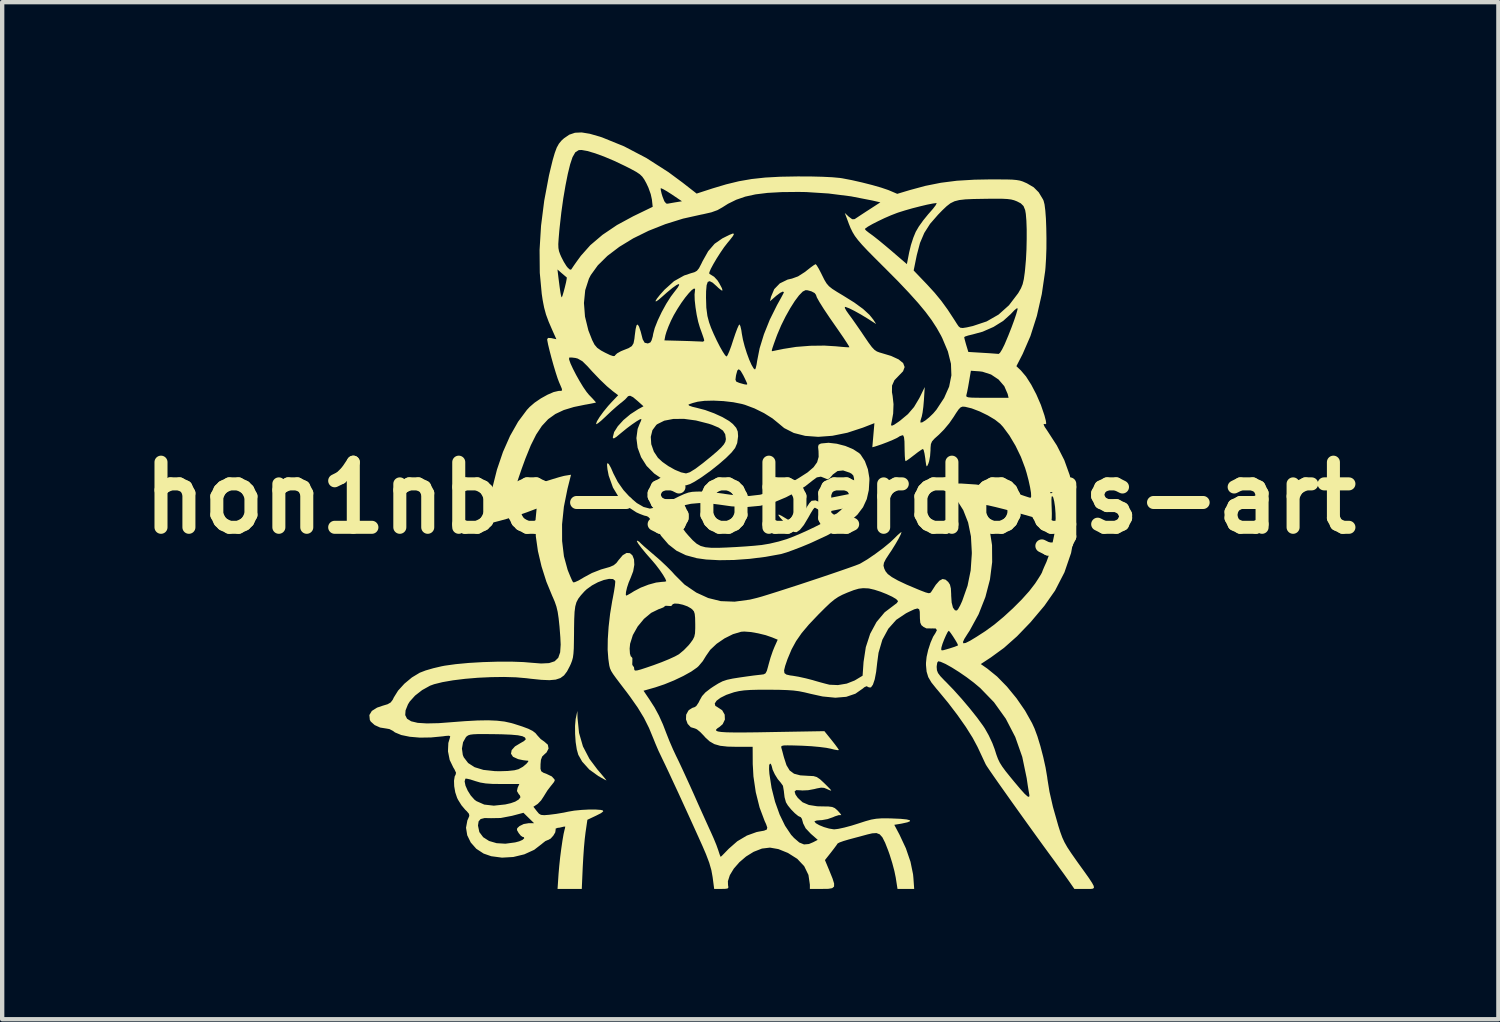
<source format=kicad_pcb>
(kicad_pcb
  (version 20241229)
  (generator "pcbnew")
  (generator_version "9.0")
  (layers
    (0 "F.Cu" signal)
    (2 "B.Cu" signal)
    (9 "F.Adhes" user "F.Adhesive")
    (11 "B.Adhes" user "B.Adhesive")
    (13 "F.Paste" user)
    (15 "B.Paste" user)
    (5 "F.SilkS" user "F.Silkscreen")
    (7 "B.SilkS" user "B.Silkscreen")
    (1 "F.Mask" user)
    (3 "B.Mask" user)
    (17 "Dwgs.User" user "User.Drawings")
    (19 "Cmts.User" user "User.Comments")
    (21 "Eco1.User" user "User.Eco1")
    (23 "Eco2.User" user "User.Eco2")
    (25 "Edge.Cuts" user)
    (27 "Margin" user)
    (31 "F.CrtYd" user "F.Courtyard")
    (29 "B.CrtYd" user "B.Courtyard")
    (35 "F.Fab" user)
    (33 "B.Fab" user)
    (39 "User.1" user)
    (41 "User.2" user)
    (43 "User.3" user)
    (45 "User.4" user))
  (footprint "hon1nbo-soberdogs-art"
    (layer "F.Cu")
    (at 14.229 8.415)
    (property "Reference" "hon1nbo-soberdogs-art" (at 0 0 0) (layer "F.SilkS") (effects (font (size 1.5 1.5) (thickness 0.3))))
    (attr board_only exclude_from_pos_files exclude_from_bom)
    (fp_poly (pts (xy -3.979 5.068) (xy -3.944 5.414) (xy -3.854 5.725) (xy -3.703 6.014) (xy -3.521 6.256) (xy -3.429 6.364) (xy -3.358 6.449) (xy -3.319 6.499) (xy -3.314 6.508) (xy -3.348 6.492) (xy -3.424 6.45) (xy -3.503 6.405) (xy -3.709 6.256) (xy -3.872 6.075) (xy -3.961 5.918) (xy -3.996 5.794) (xy -4.022 5.625) (xy -4.035 5.435) (xy -4.036 5.25) (xy -4.022 5.093) (xy -4.016 5.066) (xy -3.983 4.908)) (stroke (width 0) (type solid)) (fill yes) (layer "F.SilkS"))
    (fp_poly (pts (xy 1.992 -1.246) (xy 2.189 -1.195) (xy 2.368 -1.12) (xy 2.508 -1.029) (xy 2.54 -0.997) (xy 2.638 -0.847) (xy 2.708 -0.658) (xy 2.742 -0.456) (xy 2.743 -0.411) (xy 2.729 -0.178) (xy 2.682 0.029) (xy 2.596 0.216) (xy 2.466 0.388) (xy 2.288 0.55) (xy 2.057 0.707) (xy 1.767 0.866) (xy 1.413 1.03) (xy 1.366 1.051) (xy 1.18 1.128) (xy 0.998 1.198) (xy 0.84 1.255) (xy 0.723 1.29) (xy 0.704 1.295) (xy 0.35 1.359) (xy -0.016 1.405) (xy -0.376 1.431) (xy -0.716 1.436) (xy -1.018 1.42) (xy -1.233 1.39) (xy -1.485 1.321) (xy -1.699 1.218) (xy -1.884 1.073) (xy -2.054 0.876) (xy -2.218 0.618) (xy -2.224 0.607) (xy -2.288 0.508) (xy -2.348 0.441) (xy -2.383 0.422) (xy -2.444 0.408) (xy -2.542 0.371) (xy -2.609 0.341) (xy -1.724 0.341) (xy -1.696 0.465) (xy -1.616 0.62) (xy -1.49 0.794) (xy -1.429 0.865) (xy -1.327 0.976) (xy -1.236 1.056) (xy -1.143 1.108) (xy -1.034 1.138) (xy -0.893 1.151) (xy -0.706 1.15) (xy -0.545 1.144) (xy -0.332 1.133) (xy -0.111 1.119) (xy 0.092 1.103) (xy 0.251 1.087) (xy 0.256 1.087) (xy 0.446 1.055) (xy 0.657 1.005) (xy 0.844 0.949) (xy 0.854 0.945) (xy 0.998 0.89) (xy 1.159 0.822) (xy 1.325 0.747) (xy 1.484 0.671) (xy 1.621 0.602) (xy 1.726 0.544) (xy 1.786 0.504) (xy 1.794 0.492) (xy 1.77 0.45) (xy 1.708 0.387) (xy 1.629 0.319) (xy 1.551 0.261) (xy 1.493 0.229) (xy 1.478 0.229) (xy 1.445 0.268) (xy 1.393 0.352) (xy 1.335 0.455) (xy 1.233 0.626) (xy 1.141 0.739) (xy 1.062 0.791) (xy 1.01 0.786) (xy 0.963 0.747) (xy 0.885 0.67) (xy 0.79 0.571) (xy 0.77 0.548) (xy 0.684 0.451) (xy 0.646 0.397) (xy 0.656 0.384) (xy 0.718 0.413) (xy 0.835 0.483) (xy 0.892 0.518) (xy 0.984 0.566) (xy 1.057 0.586) (xy 1.077 0.584) (xy 1.115 0.545) (xy 1.171 0.459) (xy 1.232 0.344) (xy 1.237 0.334) (xy 1.3 0.214) (xy 1.362 0.12) (xy 1.41 0.069) (xy 1.412 0.068) (xy 1.502 0.058) (xy 1.613 0.106) (xy 1.737 0.208) (xy 1.788 0.262) (xy 1.86 0.336) (xy 1.916 0.381) (xy 1.933 0.387) (xy 1.991 0.361) (xy 2.075 0.292) (xy 2.168 0.197) (xy 2.254 0.091) (xy 2.302 0.019) (xy 2.366 -0.123) (xy 2.391 -0.275) (xy 2.392 -0.331) (xy 2.389 -0.445) (xy 2.373 -0.512) (xy 2.335 -0.553) (xy 2.288 -0.58) (xy 2.137 -0.631) (xy 2.009 -0.617) (xy 1.9 -0.537) (xy 1.886 -0.519) (xy 1.824 -0.448) (xy 1.779 -0.427) (xy 1.73 -0.446) (xy 1.725 -0.449) (xy 1.626 -0.488) (xy 1.532 -0.471) (xy 1.426 -0.393) (xy 1.264 -0.265) (xy 1.055 -0.134) (xy 0.822 -0.013) (xy 0.587 0.086) (xy 0.525 0.108) (xy 0.229 0.183) (xy -0.085 0.212) (xy -0.43 0.196) (xy -0.721 0.155) (xy -0.953 0.126) (xy -1.172 0.12) (xy -1.367 0.137) (xy -1.53 0.173) (xy -1.649 0.227) (xy -1.714 0.298) (xy -1.724 0.341) (xy -2.609 0.341) (xy -2.622 0.335) (xy -2.836 0.196) (xy -3.019 0.002) (xy -3.163 -0.237) (xy -3.261 -0.511) (xy -3.29 -0.66) (xy -3.3 -0.763) (xy -3.288 -0.802) (xy -3.257 -0.776) (xy -3.208 -0.688) (xy -3.153 -0.561) (xy -3.052 -0.365) (xy -2.921 -0.179) (xy -2.771 -0.014) (xy -2.613 0.12) (xy -2.458 0.21) (xy -2.317 0.247) (xy -2.306 0.247) (xy -2.228 0.231) (xy -2.103 0.186) (xy -1.945 0.117) (xy -1.812 0.052) (xy -1.646 -0.031) (xy -1.524 -0.087) (xy -1.428 -0.121) (xy -1.341 -0.138) (xy -1.243 -0.144) (xy -1.161 -0.145) (xy -0.995 -0.138) (xy -0.799 -0.12) (xy -0.611 -0.095) (xy -0.585 -0.09) (xy -0.29 -0.05) (xy -0.025 -0.043) (xy 0.225 -0.072) (xy 0.476 -0.141) (xy 0.741 -0.252) (xy 1.037 -0.409) (xy 1.121 -0.459) (xy 1.319 -0.586) (xy 1.456 -0.704) (xy 1.539 -0.82) (xy 1.574 -0.944) (xy 1.571 -1.076) (xy 1.561 -1.173) (xy 1.573 -1.222) (xy 1.614 -1.246) (xy 1.64 -1.253) (xy 1.802 -1.268)) (stroke (width 0) (type solid)) (fill yes) (layer "F.SilkS"))
    (fp_poly (pts (xy -3.695 -8.384) (xy -3.462 -8.317) (xy -3.411 -8.3) (xy -2.907 -8.095) (xy -2.395 -7.827) (xy -1.886 -7.501) (xy -1.559 -7.259) (xy -1.236 -7.007) (xy -0.863 -7.128) (xy -0.555 -7.22) (xy -0.263 -7.291) (xy 0.03 -7.342) (xy 0.342 -7.376) (xy 0.69 -7.395) (xy 1.09 -7.402) (xy 1.091 -7.402) (xy 1.396 -7.401) (xy 1.667 -7.394) (xy 1.892 -7.383) (xy 2.062 -7.367) (xy 2.111 -7.36) (xy 2.336 -7.317) (xy 2.574 -7.263) (xy 2.806 -7.204) (xy 3.012 -7.145) (xy 3.174 -7.09) (xy 3.213 -7.074) (xy 3.384 -7.001) (xy 3.671 -7.087) (xy 4.033 -7.185) (xy 4.389 -7.256) (xy 4.758 -7.303) (xy 5.162 -7.327) (xy 5.488 -7.333) (xy 5.725 -7.333) (xy 5.904 -7.332) (xy 6.036 -7.328) (xy 6.133 -7.319) (xy 6.209 -7.306) (xy 6.273 -7.286) (xy 6.339 -7.257) (xy 6.371 -7.243) (xy 6.526 -7.152) (xy 6.642 -7.036) (xy 6.739 -6.875) (xy 6.754 -6.843) (xy 6.776 -6.757) (xy 6.794 -6.615) (xy 6.808 -6.429) (xy 6.816 -6.213) (xy 6.82 -5.979) (xy 6.819 -5.74) (xy 6.811 -5.511) (xy 6.798 -5.304) (xy 6.791 -5.226) (xy 6.713 -4.693) (xy 6.599 -4.189) (xy 6.451 -3.725) (xy 6.273 -3.315) (xy 6.265 -3.299) (xy 6.128 -3.032) (xy 6.233 -2.932) (xy 6.35 -2.794) (xy 6.471 -2.604) (xy 6.588 -2.38) (xy 6.692 -2.14) (xy 6.774 -1.899) (xy 6.805 -1.781) (xy 6.815 -1.712) (xy 6.796 -1.695) (xy 6.77 -1.702) (xy 6.753 -1.692) (xy 6.781 -1.632) (xy 6.832 -1.557) (xy 7.059 -1.207) (xy 7.231 -0.869) (xy 7.356 -0.522) (xy 7.441 -0.151) (xy 7.491 0.333) (xy 7.472 0.808) (xy 7.387 1.271) (xy 7.235 1.715) (xy 7.018 2.136) (xy 6.772 2.487) (xy 6.451 2.868) (xy 6.143 3.188) (xy 5.841 3.456) (xy 5.539 3.676) (xy 5.308 3.828) (xy 5.459 3.933) (xy 5.683 4.115) (xy 5.911 4.348) (xy 6.13 4.615) (xy 6.327 4.9) (xy 6.488 5.187) (xy 6.545 5.311) (xy 6.612 5.492) (xy 6.681 5.719) (xy 6.746 5.968) (xy 6.8 6.212) (xy 6.837 6.43) (xy 6.842 6.473) (xy 6.89 6.769) (xy 6.97 7.119) (xy 7.085 7.524) (xy 7.091 7.546) (xy 7.139 7.697) (xy 7.184 7.82) (xy 7.235 7.931) (xy 7.3 8.046) (xy 7.389 8.181) (xy 7.508 8.351) (xy 7.547 8.406) (xy 7.692 8.607) (xy 7.799 8.758) (xy 7.87 8.866) (xy 7.908 8.937) (xy 7.914 8.98) (xy 7.891 9) (xy 7.839 9.007) (xy 7.762 9.007) (xy 7.708 9.006) (xy 7.463 9.006) (xy 7.364 8.863) (xy 7.309 8.785) (xy 7.223 8.664) (xy 7.113 8.513) (xy 6.992 8.345) (xy 6.913 8.238) (xy 6.74 8.001) (xy 6.56 7.752) (xy 6.377 7.498) (xy 6.197 7.247) (xy 6.024 7.005) (xy 5.864 6.779) (xy 5.721 6.577) (xy 5.6 6.404) (xy 5.507 6.269) (xy 5.445 6.177) (xy 5.422 6.139) (xy 5.393 6.078) (xy 5.343 5.971) (xy 5.279 5.834) (xy 5.232 5.734) (xy 5.12 5.525) (xy 4.965 5.278) (xy 4.774 5.006) (xy 4.556 4.72) (xy 4.317 4.431) (xy 4.288 4.398) (xy 4.171 4.252) (xy 4.098 4.128) (xy 4.06 4.002) (xy 4.05 3.897) (xy 4.292 3.897) (xy 4.298 3.97) (xy 4.323 4.035) (xy 4.378 4.108) (xy 4.473 4.208) (xy 4.506 4.24) (xy 4.681 4.421) (xy 4.868 4.629) (xy 5.054 4.849) (xy 5.223 5.061) (xy 5.361 5.25) (xy 5.402 5.312) (xy 5.49 5.468) (xy 5.573 5.645) (xy 5.627 5.787) (xy 5.667 5.914) (xy 5.704 6.013) (xy 5.746 6.1) (xy 5.802 6.189) (xy 5.879 6.294) (xy 5.987 6.428) (xy 6.079 6.54) (xy 6.218 6.705) (xy 6.318 6.816) (xy 6.385 6.876) (xy 6.42 6.887) (xy 6.428 6.853) (xy 6.422 6.816) (xy 6.409 6.744) (xy 6.39 6.626) (xy 6.369 6.484) (xy 6.365 6.456) (xy 6.263 5.966) (xy 6.102 5.508) (xy 5.884 5.087) (xy 5.612 4.707) (xy 5.295 4.38) (xy 5.146 4.255) (xy 4.979 4.129) (xy 4.807 4.011) (xy 4.642 3.907) (xy 4.497 3.826) (xy 4.384 3.776) (xy 4.328 3.764) (xy 4.305 3.795) (xy 4.293 3.873) (xy 4.292 3.897) (xy 4.05 3.897) (xy 4.046 3.852) (xy 4.046 3.799) (xy 4.06 3.662) (xy 4.097 3.499) (xy 4.107 3.47) (xy 4.398 3.47) (xy 4.398 3.5) (xy 4.41 3.513) (xy 4.449 3.508) (xy 4.531 3.485) (xy 4.602 3.464) (xy 4.703 3.431) (xy 4.769 3.405) (xy 4.784 3.395) (xy 4.767 3.354) (xy 4.748 3.32) (xy 4.897 3.32) (xy 4.907 3.35) (xy 4.961 3.341) (xy 5.061 3.291) (xy 5.211 3.2) (xy 5.415 3.068) (xy 5.418 3.066) (xy 5.617 2.921) (xy 5.832 2.742) (xy 6.048 2.544) (xy 6.251 2.341) (xy 6.425 2.147) (xy 6.556 1.977) (xy 6.563 1.967) (xy 6.636 1.855) (xy 6.691 1.767) (xy 6.718 1.717) (xy 6.719 1.713) (xy 6.733 1.674) (xy 6.769 1.589) (xy 6.82 1.476) (xy 6.822 1.471) (xy 6.934 1.165) (xy 7.005 0.824) (xy 7.032 0.478) (xy 7.029 0.356) (xy 7.018 0.209) (xy 6.999 0.082) (xy 6.978 -0.003) (xy 6.971 -0.018) (xy 6.95 -0.041) (xy 6.939 -0.024) (xy 6.935 0.043) (xy 6.938 0.169) (xy 6.94 0.222) (xy 6.944 0.361) (xy 6.942 0.472) (xy 6.935 0.536) (xy 6.93 0.545) (xy 6.89 0.541) (xy 6.795 0.52) (xy 6.658 0.485) (xy 6.491 0.44) (xy 6.418 0.419) (xy 6.122 0.336) (xy 5.863 0.266) (xy 5.648 0.212) (xy 5.483 0.174) (xy 5.372 0.155) (xy 5.322 0.154) (xy 5.321 0.155) (xy 5.324 0.195) (xy 5.352 0.279) (xy 5.393 0.377) (xy 5.509 0.718) (xy 5.567 1.089) (xy 5.57 1.48) (xy 5.519 1.881) (xy 5.414 2.284) (xy 5.258 2.68) (xy 5.052 3.057) (xy 4.997 3.141) (xy 4.929 3.249) (xy 4.897 3.32) (xy 4.748 3.32) (xy 4.724 3.279) (xy 4.669 3.192) (xy 4.616 3.114) (xy 4.578 3.067) (xy 4.57 3.061) (xy 4.545 3.09) (xy 4.507 3.165) (xy 4.464 3.263) (xy 4.426 3.362) (xy 4.402 3.442) (xy 4.398 3.47) (xy 4.107 3.47) (xy 4.15 3.337) (xy 4.21 3.198) (xy 4.263 3.115) (xy 4.297 3.048) (xy 4.271 3.009) (xy 4.191 3.007) (xy 4.185 3.008) (xy 4.056 3.006) (xy 3.992 2.975) (xy 3.94 2.932) (xy 3.914 2.873) (xy 3.906 2.776) (xy 3.905 2.723) (xy 3.903 2.623) (xy 3.888 2.565) (xy 3.849 2.547) (xy 3.776 2.567) (xy 3.656 2.623) (xy 3.587 2.658) (xy 3.36 2.81) (xy 3.178 3.015) (xy 3.041 3.268) (xy 2.953 3.567) (xy 2.923 3.79) (xy 2.898 4.008) (xy 2.865 4.181) (xy 2.824 4.302) (xy 2.779 4.365) (xy 2.73 4.365) (xy 2.725 4.361) (xy 2.677 4.338) (xy 2.624 4.363) (xy 2.593 4.39) (xy 2.42 4.511) (xy 2.21 4.582) (xy 1.959 4.603) (xy 1.664 4.574) (xy 1.396 4.515) (xy 1.251 4.48) (xy 1.123 4.454) (xy 0.993 4.437) (xy 0.846 4.427) (xy 0.662 4.421) (xy 0.44 4.419) (xy 0.194 4.419) (xy 0.005 4.424) (xy -0.143 4.434) (xy -0.262 4.451) (xy -0.368 4.475) (xy -0.382 4.479) (xy -0.552 4.537) (xy -0.686 4.604) (xy -0.777 4.672) (xy -0.819 4.736) (xy -0.805 4.791) (xy -0.758 4.819) (xy -0.648 4.891) (xy -0.59 4.993) (xy -0.585 5.106) (xy -0.636 5.212) (xy -0.707 5.274) (xy -0.761 5.31) (xy -0.789 5.339) (xy -0.786 5.362) (xy -0.747 5.38) (xy -0.668 5.392) (xy -0.543 5.4) (xy -0.368 5.403) (xy -0.137 5.403) (xy 0.155 5.4) (xy 0.49 5.394) (xy 1.706 5.373) (xy 1.873 5.58) (xy 1.953 5.682) (xy 2.012 5.762) (xy 2.04 5.806) (xy 2.04 5.808) (xy 2.01 5.811) (xy 1.932 5.797) (xy 1.856 5.778) (xy 1.75 5.757) (xy 1.594 5.737) (xy 1.408 5.72) (xy 1.211 5.709) (xy 1.184 5.708) (xy 0.99 5.702) (xy 0.857 5.7) (xy 0.773 5.702) (xy 0.728 5.712) (xy 0.712 5.728) (xy 0.714 5.753) (xy 0.715 5.757) (xy 0.736 5.83) (xy 0.764 5.938) (xy 0.776 5.981) (xy 0.833 6.157) (xy 0.906 6.278) (xy 1.007 6.353) (xy 1.151 6.391) (xy 1.349 6.403) (xy 1.354 6.403) (xy 1.456 6.408) (xy 1.531 6.43) (xy 1.606 6.481) (xy 1.697 6.565) (xy 1.782 6.649) (xy 1.843 6.712) (xy 1.865 6.741) (xy 1.838 6.738) (xy 1.772 6.709) (xy 1.767 6.706) (xy 1.7 6.679) (xy 1.63 6.674) (xy 1.532 6.692) (xy 1.477 6.706) (xy 1.333 6.733) (xy 1.198 6.739) (xy 1.152 6.735) (xy 1.057 6.731) (xy 1.02 6.763) (xy 1.041 6.833) (xy 1.096 6.912) (xy 1.204 7.011) (xy 1.349 7.073) (xy 1.541 7.103) (xy 1.663 7.106) (xy 1.799 7.108) (xy 1.886 7.119) (xy 1.946 7.145) (xy 2.001 7.192) (xy 2.025 7.217) (xy 2.079 7.279) (xy 2.096 7.308) (xy 2.089 7.306) (xy 2.036 7.307) (xy 1.948 7.335) (xy 1.906 7.354) (xy 1.78 7.398) (xy 1.648 7.422) (xy 1.62 7.423) (xy 1.531 7.43) (xy 1.481 7.447) (xy 1.478 7.454) (xy 1.509 7.493) (xy 1.588 7.538) (xy 1.696 7.582) (xy 1.813 7.616) (xy 1.917 7.633) (xy 1.937 7.634) (xy 2.028 7.623) (xy 2.166 7.593) (xy 2.33 7.549) (xy 2.474 7.504) (xy 2.65 7.447) (xy 2.783 7.41) (xy 2.899 7.39) (xy 3.021 7.381) (xy 3.174 7.381) (xy 3.254 7.383) (xy 3.46 7.392) (xy 3.6 7.406) (xy 3.673 7.424) (xy 3.678 7.447) (xy 3.616 7.473) (xy 3.484 7.502) (xy 3.443 7.509) (xy 3.316 7.53) (xy 3.436 7.757) (xy 3.583 8.071) (xy 3.689 8.381) (xy 3.748 8.669) (xy 3.756 8.751) (xy 3.774 9.006) (xy 3.582 9.006) (xy 3.39 9.006) (xy 3.349 8.744) (xy 3.318 8.594) (xy 3.269 8.409) (xy 3.209 8.217) (xy 3.176 8.124) (xy 3.105 7.943) (xy 3.043 7.82) (xy 2.98 7.749) (xy 2.905 7.72) (xy 2.807 7.726) (xy 2.696 7.752) (xy 2.564 7.788) (xy 2.403 7.831) (xy 2.269 7.867) (xy 2.147 7.903) (xy 2.055 7.936) (xy 2.012 7.959) (xy 2.011 7.96) (xy 1.984 8) (xy 1.926 8.078) (xy 1.859 8.165) (xy 1.719 8.342) (xy 1.827 8.601) (xy 1.895 8.769) (xy 1.93 8.882) (xy 1.929 8.952) (xy 1.886 8.989) (xy 1.798 9.004) (xy 1.659 9.006) (xy 1.653 9.006) (xy 1.372 9.006) (xy 1.372 8.909) (xy 1.339 8.684) (xy 1.242 8.484) (xy 1.082 8.314) (xy 0.867 8.178) (xy 0.647 8.089) (xy 0.453 8.055) (xy 0.268 8.077) (xy 0.076 8.152) (xy -0.098 8.26) (xy -0.253 8.393) (xy -0.381 8.54) (xy -0.471 8.689) (xy -0.516 8.828) (xy -0.513 8.919) (xy -0.504 8.971) (xy -0.524 8.997) (xy -0.587 9.005) (xy -0.662 9.006) (xy -0.832 9.006) (xy -0.868 8.733) (xy -0.897 8.573) (xy -0.946 8.403) (xy -1.021 8.205) (xy -1.1 8.021) (xy -1.195 7.81) (xy -1.303 7.571) (xy -1.419 7.316) (xy -1.539 7.054) (xy -1.657 6.796) (xy -1.77 6.554) (xy -1.871 6.336) (xy -1.957 6.154) (xy -2.022 6.019) (xy -2.052 5.956) (xy -2.117 5.82) (xy -2.186 5.658) (xy -2.229 5.551) (xy -2.333 5.299) (xy -2.45 5.065) (xy -2.593 4.83) (xy -2.772 4.575) (xy -2.865 4.45) (xy -2.872 4.442) (xy -2.459 4.442) (xy -2.325 4.64) (xy -2.203 4.83) (xy -2.104 5.014) (xy -2.012 5.218) (xy -1.933 5.423) (xy -1.864 5.598) (xy -1.782 5.788) (xy -1.705 5.953) (xy -1.702 5.958) (xy -1.646 6.073) (xy -1.569 6.237) (xy -1.479 6.433) (xy -1.382 6.645) (xy -1.301 6.825) (xy -1.206 7.04) (xy -1.11 7.253) (xy -1.022 7.448) (xy -0.949 7.609) (xy -0.905 7.705) (xy -0.84 7.851) (xy -0.781 7.995) (xy -0.741 8.107) (xy -0.737 8.118) (xy -0.708 8.208) (xy -0.687 8.261) (xy -0.682 8.267) (xy -0.655 8.244) (xy -0.593 8.181) (xy -0.508 8.093) (xy -0.495 8.08) (xy -0.3 7.909) (xy -0.08 7.778) (xy 0.144 7.697) (xy 0.193 7.687) (xy 0.316 7.665) (xy 0.379 7.64) (xy 0.391 7.594) (xy 0.363 7.513) (xy 0.331 7.444) (xy 0.214 7.132) (xy 0.126 6.78) (xy 0.072 6.414) (xy 0.063 6.248) (xy 0.432 6.248) (xy 0.44 6.359) (xy 0.49 6.683) (xy 0.57 6.999) (xy 0.675 7.293) (xy 0.8 7.551) (xy 0.94 7.76) (xy 1.006 7.832) (xy 1.128 7.937) (xy 1.237 7.982) (xy 1.35 7.972) (xy 1.447 7.931) (xy 1.553 7.876) (xy 1.393 7.736) (xy 1.274 7.61) (xy 1.215 7.493) (xy 1.211 7.474) (xy 1.188 7.393) (xy 1.162 7.354) (xy 1.158 7.353) (xy 1.103 7.327) (xy 1.024 7.262) (xy 0.939 7.175) (xy 0.865 7.084) (xy 0.821 7.011) (xy 0.789 6.895) (xy 0.774 6.769) (xy 0.774 6.761) (xy 0.752 6.631) (xy 0.7 6.558) (xy 0.632 6.477) (xy 0.565 6.369) (xy 0.514 6.26) (xy 0.493 6.177) (xy 0.493 6.176) (xy 0.473 6.128) (xy 0.455 6.121) (xy 0.435 6.152) (xy 0.432 6.248) (xy 0.063 6.248) (xy 0.056 6.13) (xy 0.054 5.734) (xy -0.294 5.734) (xy -0.522 5.729) (xy -0.694 5.71) (xy -0.827 5.672) (xy -0.935 5.61) (xy -1.034 5.52) (xy -1.068 5.481) (xy -1.153 5.393) (xy -1.228 5.332) (xy -1.271 5.312) (xy -1.371 5.282) (xy -1.443 5.205) (xy -1.481 5.102) (xy -1.477 4.994) (xy -1.426 4.9) (xy -1.409 4.884) (xy -1.335 4.837) (xy -1.282 4.82) (xy -1.241 4.79) (xy -1.191 4.715) (xy -1.166 4.664) (xy -1.111 4.566) (xy -1.033 4.48) (xy -0.915 4.389) (xy -0.856 4.349) (xy -0.739 4.276) (xy -0.64 4.225) (xy -0.536 4.19) (xy -0.405 4.162) (xy -0.246 4.137) (xy -0.079 4.113) (xy 0.075 4.092) (xy 0.195 4.078) (xy 0.244 4.073) (xy 0.309 4.064) (xy 0.351 4.041) (xy 0.38 3.986) (xy 0.384 3.973) (xy 0.778 3.973) (xy 0.786 4.036) (xy 0.832 4.07) (xy 0.919 4.09) (xy 0.976 4.097) (xy 1.112 4.12) (xy 1.28 4.157) (xy 1.446 4.2) (xy 1.46 4.205) (xy 1.603 4.246) (xy 1.729 4.28) (xy 1.817 4.302) (xy 1.829 4.304) (xy 2.018 4.312) (xy 2.221 4.278) (xy 2.403 4.206) (xy 2.427 4.192) (xy 2.586 4.096) (xy 2.608 3.78) (xy 2.66 3.439) (xy 2.761 3.129) (xy 2.907 2.859) (xy 3.094 2.636) (xy 3.305 2.476) (xy 3.374 2.424) (xy 3.402 2.381) (xy 3.401 2.376) (xy 3.359 2.331) (xy 3.266 2.276) (xy 3.139 2.217) (xy 2.998 2.161) (xy 2.858 2.116) (xy 2.738 2.088) (xy 2.711 2.085) (xy 2.598 2.08) (xy 2.497 2.092) (xy 2.383 2.125) (xy 2.233 2.183) (xy 2.12 2.232) (xy 2.025 2.282) (xy 1.936 2.342) (xy 1.839 2.422) (xy 1.721 2.534) (xy 1.568 2.687) (xy 1.566 2.689) (xy 1.351 2.915) (xy 1.184 3.113) (xy 1.054 3.3) (xy 0.951 3.489) (xy 0.865 3.694) (xy 0.857 3.713) (xy 0.803 3.87) (xy 0.778 3.973) (xy 0.384 3.973) (xy 0.409 3.885) (xy 0.422 3.835) (xy 0.465 3.682) (xy 0.518 3.528) (xy 0.555 3.437) (xy 0.631 3.267) (xy 0.503 3.214) (xy 0.353 3.162) (xy 0.18 3.12) (xy 0.009 3.09) (xy -0.138 3.079) (xy -0.211 3.084) (xy -0.4 3.14) (xy -0.594 3.237) (xy -0.775 3.361) (xy -0.923 3.5) (xy -1.019 3.638) (xy -1.095 3.761) (xy -1.191 3.875) (xy -1.226 3.907) (xy -1.36 4.001) (xy -1.544 4.103) (xy -1.756 4.204) (xy -1.977 4.294) (xy -2.188 4.365) (xy -2.188 4.365) (xy -2.459 4.442) (xy -2.872 4.442) (xy -2.997 4.278) (xy -3.093 4.151) (xy -3.16 4.058) (xy -3.204 3.987) (xy -3.231 3.926) (xy -3.247 3.865) (xy -3.258 3.792) (xy -3.27 3.706) (xy -3.285 3.504) (xy -3.285 3.471) (xy -2.779 3.471) (xy -2.772 3.586) (xy -2.753 3.65) (xy -2.74 3.659) (xy -2.716 3.689) (xy -2.716 3.764) (xy -2.719 3.838) (xy -2.704 3.87) (xy -2.703 3.87) (xy -2.679 3.899) (xy -2.674 3.939) (xy -2.669 3.966) (xy -2.649 3.978) (xy -2.603 3.974) (xy -2.521 3.952) (xy -2.393 3.91) (xy -2.227 3.853) (xy -2.046 3.786) (xy -1.877 3.717) (xy -1.737 3.653) (xy -1.644 3.602) (xy -1.639 3.598) (xy -1.53 3.507) (xy -1.42 3.394) (xy -1.382 3.347) (xy -1.324 3.267) (xy -1.29 3.198) (xy -1.273 3.118) (xy -1.268 3.004) (xy -1.268 2.908) (xy -1.271 2.764) (xy -1.28 2.672) (xy -1.299 2.614) (xy -1.335 2.571) (xy -1.367 2.545) (xy -1.448 2.499) (xy -1.551 2.462) (xy -1.655 2.439) (xy -1.741 2.434) (xy -1.79 2.45) (xy -1.794 2.463) (xy -1.823 2.492) (xy -1.882 2.489) (xy -1.948 2.485) (xy -1.97 2.497) (xy -2 2.522) (xy -2.076 2.553) (xy -2.106 2.562) (xy -2.282 2.648) (xy -2.449 2.787) (xy -2.594 2.963) (xy -2.705 3.16) (xy -2.768 3.36) (xy -2.779 3.471) (xy -3.285 3.471) (xy -3.282 3.253) (xy -3.263 2.97) (xy -3.229 2.673) (xy -3.181 2.38) (xy -3.166 2.305) (xy -3.138 2.153) (xy -3.118 2.025) (xy -3.11 1.937) (xy -3.112 1.91) (xy -3.161 1.87) (xy -3.253 1.866) (xy -3.374 1.892) (xy -3.51 1.944) (xy -3.646 2.017) (xy -3.768 2.105) (xy -3.82 2.154) (xy -3.901 2.244) (xy -3.961 2.322) (xy -4.004 2.404) (xy -4.031 2.5) (xy -4.047 2.625) (xy -4.055 2.791) (xy -4.059 3.011) (xy -4.059 3.085) (xy -4.062 3.305) (xy -4.065 3.467) (xy -4.073 3.587) (xy -4.085 3.677) (xy -4.105 3.751) (xy -4.132 3.822) (xy -4.157 3.876) (xy -4.221 3.998) (xy -4.29 4.089) (xy -4.373 4.15) (xy -4.482 4.186) (xy -4.625 4.199) (xy -4.814 4.191) (xy -5.058 4.166) (xy -5.154 4.154) (xy -5.396 4.133) (xy -5.672 4.125) (xy -5.969 4.129) (xy -6.273 4.143) (xy -6.569 4.168) (xy -6.846 4.202) (xy -7.088 4.244) (xy -7.282 4.292) (xy -7.375 4.326) (xy -7.557 4.427) (xy -7.72 4.554) (xy -7.844 4.692) (xy -7.884 4.757) (xy -7.939 4.894) (xy -7.947 5.003) (xy -7.905 5.087) (xy -7.81 5.146) (xy -7.659 5.182) (xy -7.449 5.195) (xy -7.176 5.189) (xy -6.926 5.17) (xy -6.574 5.143) (xy -6.281 5.127) (xy -6.038 5.123) (xy -5.834 5.132) (xy -5.66 5.152) (xy -5.506 5.186) (xy -5.453 5.201) (xy -5.254 5.265) (xy -5.112 5.318) (xy -5.014 5.367) (xy -4.948 5.417) (xy -4.904 5.471) (xy -4.827 5.555) (xy -4.744 5.614) (xy -4.663 5.685) (xy -4.646 5.773) (xy -4.692 5.863) (xy -4.734 5.9) (xy -4.793 5.957) (xy -4.822 6.035) (xy -4.831 6.136) (xy -4.832 6.239) (xy -4.815 6.296) (xy -4.766 6.33) (xy -4.698 6.355) (xy -4.571 6.416) (xy -4.509 6.484) (xy -4.504 6.512) (xy -4.524 6.549) (xy -4.577 6.616) (xy -4.593 6.635) (xy -4.671 6.737) (xy -4.744 6.854) (xy -4.752 6.868) (xy -4.818 6.968) (xy -4.893 7.046) (xy -4.908 7.057) (xy -4.995 7.114) (xy -4.916 7.216) (xy -4.868 7.273) (xy -4.82 7.301) (xy -4.748 7.308) (xy -4.631 7.299) (xy -4.626 7.298) (xy -4.468 7.278) (xy -4.292 7.248) (xy -4.193 7.227) (xy -4.053 7.203) (xy -3.887 7.187) (xy -3.717 7.178) (xy -3.562 7.178) (xy -3.443 7.187) (xy -3.397 7.198) (xy -3.387 7.221) (xy -3.437 7.261) (xy -3.547 7.317) (xy -3.752 7.414) (xy -3.795 7.709) (xy -3.813 7.859) (xy -3.831 8.055) (xy -3.846 8.272) (xy -3.858 8.486) (xy -3.859 8.505) (xy -3.881 9.006) (xy -4.16 9.006) (xy -4.439 9.006) (xy -4.416 8.663) (xy -4.4 8.478) (xy -4.379 8.278) (xy -4.353 8.077) (xy -4.326 7.893) (xy -4.3 7.741) (xy -4.276 7.637) (xy -4.269 7.615) (xy -4.262 7.57) (xy -4.302 7.573) (xy -4.306 7.575) (xy -4.397 7.596) (xy -4.434 7.599) (xy -4.483 7.617) (xy -4.483 7.645) (xy -4.492 7.704) (xy -4.537 7.78) (xy -4.598 7.847) (xy -4.657 7.88) (xy -4.662 7.88) (xy -4.719 7.904) (xy -4.79 7.96) (xy -4.792 7.963) (xy -4.977 8.106) (xy -5.205 8.21) (xy -5.458 8.271) (xy -5.718 8.286) (xy -5.967 8.253) (xy -6.142 8.192) (xy -6.31 8.082) (xy -6.438 7.937) (xy -6.519 7.771) (xy -6.547 7.597) (xy -6.538 7.549) (xy -6.271 7.549) (xy -6.24 7.697) (xy -6.152 7.815) (xy -6.016 7.902) (xy -5.842 7.953) (xy -5.639 7.965) (xy -5.415 7.935) (xy -5.321 7.91) (xy -5.246 7.877) (xy -5.207 7.841) (xy -5.213 7.815) (xy -5.241 7.81) (xy -5.283 7.783) (xy -5.335 7.719) (xy -5.336 7.717) (xy -5.374 7.65) (xy -5.368 7.608) (xy -5.315 7.559) (xy -5.219 7.512) (xy -5.107 7.493) (xy -4.979 7.493) (xy -5.102 7.373) (xy -5.224 7.253) (xy -5.488 7.323) (xy -5.749 7.373) (xy -5.971 7.377) (xy -6.119 7.374) (xy -6.21 7.397) (xy -6.257 7.451) (xy -6.271 7.544) (xy -6.271 7.549) (xy -6.538 7.549) (xy -6.516 7.429) (xy -6.496 7.385) (xy -6.471 7.325) (xy -6.479 7.277) (xy -6.529 7.217) (xy -6.564 7.184) (xy -6.651 7.081) (xy -6.73 6.954) (xy -6.752 6.91) (xy -6.795 6.781) (xy -6.819 6.641) (xy -6.823 6.53) (xy -6.579 6.53) (xy -6.559 6.628) (xy -6.508 6.743) (xy -6.437 6.856) (xy -6.353 6.95) (xy -6.308 6.984) (xy -6.127 7.064) (xy -5.906 7.089) (xy -5.643 7.061) (xy -5.516 7.032) (xy -5.414 6.996) (xy -5.337 6.949) (xy -5.33 6.943) (xy -5.293 6.895) (xy -5.307 6.852) (xy -5.334 6.821) (xy -5.374 6.752) (xy -5.358 6.675) (xy -5.356 6.672) (xy -5.319 6.59) (xy -5.729 6.59) (xy -5.936 6.588) (xy -6.093 6.577) (xy -6.22 6.556) (xy -6.336 6.522) (xy -6.341 6.52) (xy -6.45 6.485) (xy -6.53 6.467) (xy -6.561 6.467) (xy -6.579 6.53) (xy -6.823 6.53) (xy -6.823 6.511) (xy -6.807 6.413) (xy -6.788 6.379) (xy -6.777 6.331) (xy -6.815 6.249) (xy -6.839 6.211) (xy -6.923 6.036) (xy -6.962 5.839) (xy -6.96 5.774) (xy -6.641 5.774) (xy -6.621 5.921) (xy -6.599 5.975) (xy -6.498 6.107) (xy -6.349 6.203) (xy -6.147 6.265) (xy -5.887 6.293) (xy -5.777 6.296) (xy -5.586 6.29) (xy -5.433 6.274) (xy -5.337 6.249) (xy -5.237 6.193) (xy -5.157 6.126) (xy -5.113 6.073) (xy -5.115 6.053) (xy -5.157 6.051) (xy -5.235 6.041) (xy -5.339 6.019) (xy -5.354 6.014) (xy -5.465 5.963) (xy -5.511 5.892) (xy -5.496 5.81) (xy -5.419 5.724) (xy -5.291 5.647) (xy -5.214 5.603) (xy -5.173 5.564) (xy -5.171 5.558) (xy -5.189 5.519) (xy -5.247 5.49) (xy -5.351 5.468) (xy -5.509 5.454) (xy -5.725 5.445) (xy -5.897 5.442) (xy -6.112 5.44) (xy -6.268 5.44) (xy -6.377 5.445) (xy -6.449 5.454) (xy -6.496 5.469) (xy -6.529 5.491) (xy -6.549 5.511) (xy -6.615 5.628) (xy -6.641 5.774) (xy -6.96 5.774) (xy -6.954 5.645) (xy -6.917 5.521) (xy -6.911 5.49) (xy -6.94 5.478) (xy -7.017 5.483) (xy -7.079 5.492) (xy -7.351 5.518) (xy -7.61 5.522) (xy -7.843 5.502) (xy -8.038 5.462) (xy -8.183 5.402) (xy -8.228 5.368) (xy -8.311 5.325) (xy -8.386 5.312) (xy -8.525 5.29) (xy -8.651 5.233) (xy -8.741 5.152) (xy -8.762 5.114) (xy -8.773 5.002) (xy -8.716 4.907) (xy -8.595 4.831) (xy -8.469 4.788) (xy -8.353 4.753) (xy -8.283 4.713) (xy -8.236 4.652) (xy -8.209 4.596) (xy -8.111 4.439) (xy -7.966 4.28) (xy -7.793 4.136) (xy -7.612 4.027) (xy -7.609 4.026) (xy -7.477 3.975) (xy -7.301 3.924) (xy -7.109 3.879) (xy -7.036 3.865) (xy -6.784 3.83) (xy -6.485 3.802) (xy -6.159 3.783) (xy -5.827 3.773) (xy -5.508 3.772) (xy -5.225 3.782) (xy -5.059 3.796) (xy -4.817 3.815) (xy -4.635 3.806) (xy -4.506 3.764) (xy -4.423 3.684) (xy -4.379 3.558) (xy -4.367 3.38) (xy -4.375 3.209) (xy -4.394 2.964) (xy -4.414 2.775) (xy -4.436 2.626) (xy -4.465 2.504) (xy -4.503 2.393) (xy -4.552 2.278) (xy -4.557 2.269) (xy -4.696 1.932) (xy -4.808 1.579) (xy -4.891 1.226) (xy -4.939 0.89) (xy -4.95 0.587) (xy -4.944 0.485) (xy -4.921 0.248) (xy -5.149 0.334) (xy -5.292 0.384) (xy -5.454 0.437) (xy -5.619 0.487) (xy -5.775 0.53) (xy -5.907 0.564) (xy -6.001 0.583) (xy -6.042 0.584) (xy -6.042 0.584) (xy -6.046 0.543) (xy -6.041 0.449) (xy -6.028 0.317) (xy -6.017 0.221) (xy -5.951 -0.172) (xy -5.412 -0.172) (xy -5.399 -0.15) (xy -5.368 -0.154) (xy -5.356 -0.158) (xy -5.238 -0.203) (xy -5.082 -0.259) (xy -4.904 -0.319) (xy -4.721 -0.378) (xy -4.549 -0.432) (xy -4.403 -0.476) (xy -4.3 -0.503) (xy -4.272 -0.509) (xy -4.129 -0.532) (xy -4.21 -0.209) (xy -4.293 0.204) (xy -4.335 0.609) (xy -4.334 0.994) (xy -4.292 1.346) (xy -4.208 1.654) (xy -4.198 1.681) (xy -4.149 1.801) (xy -4.108 1.895) (xy -4.081 1.945) (xy -4.08 1.946) (xy -4.041 1.942) (xy -3.96 1.906) (xy -3.854 1.845) (xy -3.838 1.834) (xy -3.647 1.731) (xy -3.437 1.649) (xy -3.37 1.63) (xy -3.234 1.591) (xy -3.146 1.552) (xy -3.084 1.501) (xy -3.033 1.433) (xy -2.937 1.32) (xy -2.849 1.269) (xy -2.772 1.274) (xy -2.714 1.326) (xy -2.678 1.418) (xy -2.671 1.541) (xy -2.697 1.69) (xy -2.753 1.837) (xy -2.802 1.953) (xy -2.84 2.069) (xy -2.863 2.17) (xy -2.867 2.235) (xy -2.855 2.252) (xy -2.819 2.234) (xy -2.742 2.19) (xy -2.677 2.149) (xy -2.523 2.068) (xy -2.345 1.999) (xy -2.17 1.951) (xy -2.034 1.935) (xy -1.963 1.93) (xy -1.935 1.919) (xy -1.956 1.865) (xy -2.01 1.773) (xy -2.087 1.66) (xy -2.175 1.544) (xy -2.249 1.456) (xy -2.395 1.29) (xy -2.507 1.154) (xy -2.581 1.055) (xy -2.613 0.998) (xy -2.607 0.985) (xy -2.557 1.011) (xy -2.552 1.018) (xy -2.518 1.052) (xy -2.442 1.122) (xy -2.334 1.215) (xy -2.21 1.321) (xy -2.064 1.448) (xy -1.923 1.581) (xy -1.804 1.701) (xy -1.739 1.774) (xy -1.515 1.997) (xy -1.243 2.182) (xy -0.97 2.307) (xy -0.679 2.379) (xy -0.361 2.391) (xy -0.011 2.344) (xy 0.15 2.305) (xy 0.268 2.272) (xy 0.433 2.221) (xy 0.636 2.157) (xy 0.866 2.083) (xy 1.114 2.003) (xy 1.37 1.918) (xy 1.623 1.834) (xy 1.865 1.752) (xy 2.084 1.677) (xy 2.271 1.612) (xy 2.417 1.56) (xy 2.51 1.524) (xy 2.535 1.512) (xy 2.694 1.418) (xy 2.877 1.293) (xy 3.06 1.157) (xy 3.22 1.025) (xy 3.304 0.946) (xy 3.39 0.861) (xy 3.454 0.805) (xy 3.482 0.787) (xy 3.483 0.788) (xy 3.464 0.843) (xy 3.414 0.942) (xy 3.34 1.07) (xy 3.251 1.213) (xy 3.203 1.284) (xy 3.122 1.408) (xy 3.078 1.495) (xy 3.067 1.562) (xy 3.085 1.63) (xy 3.115 1.692) (xy 3.166 1.755) (xy 3.26 1.825) (xy 3.402 1.905) (xy 3.599 1.998) (xy 3.857 2.107) (xy 3.923 2.134) (xy 4.038 2.178) (xy 4.106 2.196) (xy 4.144 2.19) (xy 4.169 2.161) (xy 4.169 2.161) (xy 4.271 2.003) (xy 4.355 1.908) (xy 4.428 1.869) (xy 4.496 1.884) (xy 4.558 1.937) (xy 4.598 1.999) (xy 4.619 2.087) (xy 4.626 2.22) (xy 4.626 2.25) (xy 4.637 2.412) (xy 4.667 2.528) (xy 4.713 2.59) (xy 4.758 2.594) (xy 4.788 2.558) (xy 4.834 2.476) (xy 4.879 2.377) (xy 5.003 2.025) (xy 5.075 1.672) (xy 5.101 1.291) (xy 5.101 1.251) (xy 5.081 0.886) (xy 5.016 0.568) (xy 4.904 0.283) (xy 4.738 0.02) (xy 4.602 -0.144) (xy 4.532 -0.227) (xy 4.492 -0.29) (xy 4.488 -0.313) (xy 4.53 -0.321) (xy 4.626 -0.327) (xy 4.761 -0.33) (xy 4.867 -0.329) (xy 5.2 -0.307) (xy 5.56 -0.253) (xy 5.913 -0.172) (xy 6.187 -0.087) (xy 6.308 -0.045) (xy 6.403 -0.014) (xy 6.452 -0.00015) (xy 6.454 0) (xy 6.468 -0.031) (xy 6.464 -0.117) (xy 6.462 -0.129) (xy 6.907 -0.129) (xy 6.912 -0.108) (xy 6.93 -0.106) (xy 6.959 -0.118) (xy 6.954 -0.129) (xy 6.912 -0.133) (xy 6.907 -0.129) (xy 6.462 -0.129) (xy 6.443 -0.244) (xy 6.409 -0.4) (xy 6.364 -0.571) (xy 6.329 -0.686) (xy 6.232 -0.943) (xy 6.108 -1.199) (xy 5.967 -1.436) (xy 5.821 -1.633) (xy 5.756 -1.704) (xy 5.635 -1.8) (xy 5.469 -1.899) (xy 5.282 -1.99) (xy 5.099 -2.06) (xy 4.947 -2.097) (xy 4.89 -2.101) (xy 4.845 -2.085) (xy 4.799 -2.039) (xy 4.738 -1.951) (xy 4.684 -1.865) (xy 4.582 -1.718) (xy 4.46 -1.572) (xy 4.344 -1.455) (xy 4.341 -1.452) (xy 4.242 -1.364) (xy 4.185 -1.3) (xy 4.159 -1.237) (xy 4.151 -1.153) (xy 4.15 -1.093) (xy 4.14 -0.961) (xy 4.118 -0.841) (xy 4.102 -0.792) (xy 4.077 -0.737) (xy 4.061 -0.725) (xy 4.049 -0.763) (xy 4.035 -0.86) (xy 4.03 -0.906) (xy 4.012 -1.02) (xy 3.993 -1.099) (xy 3.976 -1.126) (xy 3.937 -1.105) (xy 3.86 -1.052) (xy 3.773 -0.985) (xy 3.678 -0.912) (xy 3.607 -0.862) (xy 3.575 -0.844) (xy 3.565 -0.877) (xy 3.558 -0.963) (xy 3.554 -1.088) (xy 3.553 -1.143) (xy 3.55 -1.299) (xy 3.54 -1.394) (xy 3.521 -1.437) (xy 3.507 -1.442) (xy 3.441 -1.42) (xy 3.428 -1.41) (xy 3.377 -1.379) (xy 3.28 -1.334) (xy 3.157 -1.283) (xy 3.028 -1.234) (xy 2.913 -1.195) (xy 2.909 -1.194) (xy 2.81 -1.165) (xy 2.834 -1.442) (xy 2.858 -1.72) (xy 2.591 -1.616) (xy 2.234 -1.499) (xy 1.889 -1.429) (xy 1.564 -1.405) (xy 1.265 -1.427) (xy 1.002 -1.494) (xy 0.78 -1.607) (xy 0.658 -1.709) (xy 0.51 -1.83) (xy 0.316 -1.951) (xy 0.098 -2.059) (xy -0.123 -2.142) (xy -0.193 -2.162) (xy -0.393 -2.202) (xy -0.619 -2.228) (xy -0.848 -2.239) (xy -1.056 -2.234) (xy -1.211 -2.214) (xy -1.322 -2.185) (xy -1.401 -2.158) (xy -1.427 -2.143) (xy -1.405 -2.122) (xy -1.33 -2.096) (xy -1.241 -2.075) (xy -1.039 -2.022) (xy -0.834 -1.947) (xy -0.643 -1.86) (xy -0.487 -1.769) (xy -0.401 -1.7) (xy -0.324 -1.611) (xy -0.289 -1.527) (xy -0.281 -1.419) (xy -0.302 -1.261) (xy -0.35 -1.148) (xy -0.431 -1.045) (xy -0.56 -0.917) (xy -0.725 -0.774) (xy -0.912 -0.625) (xy -1.11 -0.483) (xy -1.135 -0.466) (xy -1.28 -0.374) (xy -1.388 -0.317) (xy -1.476 -0.289) (xy -1.559 -0.282) (xy -1.709 -0.305) (xy -1.886 -0.368) (xy -2.068 -0.461) (xy -2.214 -0.561) (xy -2.387 -0.734) (xy -2.515 -0.936) (xy -2.595 -1.154) (xy -2.623 -1.376) (xy -2.619 -1.405) (xy -2.292 -1.405) (xy -2.281 -1.235) (xy -2.221 -1.064) (xy -2.127 -0.922) (xy -2.023 -0.826) (xy -1.886 -0.73) (xy -1.736 -0.646) (xy -1.595 -0.587) (xy -1.483 -0.563) (xy -1.479 -0.563) (xy -1.395 -0.589) (xy -1.266 -0.668) (xy -1.097 -0.795) (xy -0.908 -0.948) (xy -0.768 -1.067) (xy -0.671 -1.158) (xy -0.609 -1.23) (xy -0.575 -1.29) (xy -0.563 -1.345) (xy -0.563 -1.36) (xy -0.578 -1.465) (xy -0.629 -1.548) (xy -0.728 -1.617) (xy -0.882 -1.682) (xy -0.958 -1.707) (xy -1.252 -1.782) (xy -1.527 -1.819) (xy -1.773 -1.817) (xy -1.981 -1.777) (xy -2.14 -1.698) (xy -2.165 -1.679) (xy -2.254 -1.558) (xy -2.292 -1.405) (xy -2.619 -1.405) (xy -2.595 -1.587) (xy -2.548 -1.706) (xy -2.516 -1.777) (xy -2.508 -1.816) (xy -2.508 -1.817) (xy -2.544 -1.807) (xy -2.621 -1.761) (xy -2.725 -1.69) (xy -2.843 -1.602) (xy -2.961 -1.506) (xy -2.989 -1.483) (xy -3.084 -1.404) (xy -3.139 -1.37) (xy -3.163 -1.375) (xy -3.166 -1.397) (xy -3.136 -1.515) (xy -3.051 -1.649) (xy -2.923 -1.79) (xy -2.761 -1.926) (xy -2.577 -2.045) (xy -2.57 -2.048) (xy -2.46 -2.109) (xy -2.598 -2.233) (xy -2.7 -2.318) (xy -2.769 -2.352) (xy -2.816 -2.34) (xy -2.839 -2.313) (xy -2.883 -2.266) (xy -2.961 -2.2) (xy -2.994 -2.175) (xy -3.079 -2.104) (xy -3.193 -2.003) (xy -3.312 -1.891) (xy -3.337 -1.867) (xy -3.433 -1.778) (xy -3.507 -1.718) (xy -3.548 -1.696) (xy -3.553 -1.701) (xy -3.531 -1.764) (xy -3.47 -1.863) (xy -3.382 -1.984) (xy -3.276 -2.114) (xy -3.188 -2.211) (xy -3.043 -2.363) (xy -3.166 -2.456) (xy -3.301 -2.569) (xy -3.459 -2.72) (xy -0.342 -2.72) (xy -0.322 -2.676) (xy -0.258 -2.649) (xy -0.239 -2.643) (xy -0.138 -2.615) (xy -0.087 -2.607) (xy -0.071 -2.617) (xy -0.07 -2.622) (xy -0.085 -2.661) (xy -0.123 -2.743) (xy -0.161 -2.82) (xy -0.222 -2.925) (xy -0.266 -2.962) (xy -0.299 -2.932) (xy -0.326 -2.833) (xy -0.331 -2.807) (xy -0.342 -2.72) (xy -3.459 -2.72) (xy -3.464 -2.725) (xy -3.641 -2.91) (xy -3.751 -3.032) (xy -3.867 -3.146) (xy -3.974 -3.207) (xy -4.026 -3.221) (xy -4.114 -3.232) (xy -4.168 -3.23) (xy -4.173 -3.227) (xy -4.172 -3.183) (xy -4.14 -3.093) (xy -4.084 -2.972) (xy -4.012 -2.832) (xy -3.931 -2.688) (xy -3.849 -2.553) (xy -3.771 -2.44) (xy -3.717 -2.374) (xy -3.634 -2.288) (xy -3.576 -2.223) (xy -3.553 -2.196) (xy -3.553 -2.196) (xy -3.585 -2.187) (xy -3.668 -2.17) (xy -3.786 -2.148) (xy -3.791 -2.148) (xy -4.064 -2.092) (xy -4.295 -2.022) (xy -4.489 -1.931) (xy -4.655 -1.812) (xy -4.8 -1.656) (xy -4.931 -1.458) (xy -5.055 -1.21) (xy -5.179 -0.905) (xy -5.264 -0.672) (xy -5.334 -0.468) (xy -5.381 -0.323) (xy -5.407 -0.227) (xy -5.412 -0.172) (xy -5.951 -0.172) (xy -5.942 -0.222) (xy -5.834 -0.651) (xy -5.696 -1.057) (xy -5.532 -1.428) (xy -5.347 -1.754) (xy -5.145 -2.025) (xy -5.082 -2.093) (xy -4.967 -2.192) (xy -4.823 -2.29) (xy -4.67 -2.375) (xy -4.529 -2.436) (xy -4.417 -2.462) (xy -4.406 -2.463) (xy -4.357 -2.463) (xy -4.335 -2.476) (xy -4.341 -2.515) (xy -4.375 -2.596) (xy -4.403 -2.66) (xy -4.438 -2.752) (xy -4.482 -2.888) (xy -4.531 -3.051) (xy -4.579 -3.223) (xy -4.622 -3.387) (xy -4.656 -3.527) (xy -4.675 -3.625) (xy -4.678 -3.653) (xy -4.657 -3.683) (xy -4.586 -3.679) (xy -4.573 -3.676) (xy -4.466 -3.653) (xy -4.558 -3.858) (xy -4.644 -4.057) (xy -4.705 -4.222) (xy -4.748 -4.381) (xy -4.769 -4.487) (xy -3.831 -4.487) (xy -3.807 -4.174) (xy -3.729 -3.856) (xy -3.642 -3.634) (xy -3.588 -3.528) (xy -3.526 -3.455) (xy -3.437 -3.393) (xy -3.344 -3.343) (xy -3.227 -3.287) (xy -3.157 -3.264) (xy -3.121 -3.269) (xy -3.11 -3.287) (xy -3.067 -3.328) (xy -2.981 -3.376) (xy -2.926 -3.399) (xy -2.802 -3.448) (xy -2.728 -3.495) (xy -2.689 -3.56) (xy -2.669 -3.663) (xy -2.661 -3.737) (xy -2.641 -3.887) (xy -2.62 -3.973) (xy -2.594 -3.992) (xy -2.563 -3.944) (xy -2.524 -3.828) (xy -2.478 -3.65) (xy -2.433 -3.572) (xy -2.359 -3.555) (xy -2.3 -3.58) (xy -2.274 -3.626) (xy -1.978 -3.626) (xy -1.561 -3.615) (xy -1.393 -3.61) (xy -1.249 -3.604) (xy -1.144 -3.6) (xy -1.095 -3.596) (xy -1.062 -3.613) (xy -1.066 -3.65) (xy -1.087 -3.715) (xy -1.124 -3.82) (xy -1.161 -3.922) (xy -1.2 -4.054) (xy -1.235 -4.217) (xy -1.262 -4.389) (xy -1.28 -4.551) (xy -1.284 -4.682) (xy -1.277 -4.748) (xy -1.271 -4.811) (xy -1.296 -4.821) (xy -1.347 -4.786) (xy -1.416 -4.714) (xy -1.499 -4.613) (xy -1.588 -4.49) (xy -1.678 -4.351) (xy -1.763 -4.206) (xy -1.827 -4.079) (xy -1.885 -3.946) (xy -1.931 -3.823) (xy -1.956 -3.739) (xy -1.978 -3.626) (xy -2.274 -3.626) (xy -2.273 -3.628) (xy -2.246 -3.72) (xy -2.237 -3.774) (xy -2.201 -3.911) (xy -2.132 -4.085) (xy -2.041 -4.277) (xy -1.937 -4.467) (xy -1.83 -4.635) (xy -1.76 -4.728) (xy -1.674 -4.839) (xy -1.637 -4.904) (xy -1.647 -4.924) (xy -1.699 -4.901) (xy -1.792 -4.835) (xy -1.922 -4.728) (xy -2.022 -4.639) (xy -2.119 -4.555) (xy -2.173 -4.522) (xy -2.183 -4.533) (xy -2.152 -4.586) (xy -2.081 -4.676) (xy -1.975 -4.794) (xy -1.757 -4.99) (xy -1.525 -5.12) (xy -1.37 -5.172) (xy -1.287 -5.196) (xy -1.229 -5.229) (xy -1.182 -5.287) (xy -1.13 -5.386) (xy -1.098 -5.452) (xy -0.97 -5.68) (xy -0.822 -5.851) (xy -0.644 -5.975) (xy -0.628 -5.983) (xy -0.486 -6.054) (xy -0.403 -6.087) (xy -0.375 -6.079) (xy -0.4 -6.029) (xy -0.475 -5.932) (xy -0.523 -5.875) (xy -0.604 -5.771) (xy -0.69 -5.645) (xy -0.775 -5.512) (xy -0.851 -5.383) (xy -0.91 -5.273) (xy -0.943 -5.194) (xy -0.944 -5.16) (xy -0.833 -5.091) (xy -0.756 -5.008) (xy -0.713 -4.939) (xy -0.655 -4.83) (xy -0.639 -4.776) (xy -0.665 -4.778) (xy -0.735 -4.835) (xy -0.771 -4.87) (xy -0.867 -4.955) (xy -0.935 -4.99) (xy -0.98 -4.973) (xy -1.006 -4.897) (xy -1.018 -4.759) (xy -1.02 -4.613) (xy -1.013 -4.379) (xy -0.988 -4.189) (xy -0.949 -4.041) (xy -0.904 -3.915) (xy -0.842 -3.771) (xy -0.772 -3.622) (xy -0.7 -3.481) (xy -0.633 -3.364) (xy -0.58 -3.283) (xy -0.546 -3.254) (xy -0.523 -3.286) (xy -0.485 -3.371) (xy -0.438 -3.497) (xy -0.394 -3.633) (xy -0.344 -3.781) (xy -0.3 -3.899) (xy -0.266 -3.974) (xy -0.247 -3.994) (xy -0.228 -3.952) (xy -0.207 -3.862) (xy -0.195 -3.779) (xy -0.17 -3.644) (xy -0.13 -3.489) (xy -0.08 -3.331) (xy -0.026 -3.184) (xy 0.028 -3.063) (xy 0.075 -2.982) (xy 0.108 -2.955) (xy 0.125 -2.987) (xy 0.144 -3.069) (xy 0.158 -3.156) (xy 0.202 -3.38) (xy 0.496 -3.38) (xy 0.501 -3.377) (xy 0.537 -3.384) (xy 0.624 -3.402) (xy 0.744 -3.426) (xy 0.756 -3.429) (xy 1.052 -3.476) (xy 1.381 -3.502) (xy 1.708 -3.506) (xy 1.97 -3.49) (xy 2.107 -3.477) (xy 2.214 -3.469) (xy 2.275 -3.467) (xy 2.282 -3.469) (xy 2.268 -3.499) (xy 2.219 -3.577) (xy 2.144 -3.691) (xy 2.049 -3.829) (xy 2.016 -3.877) (xy 1.833 -4.14) (xy 1.692 -4.35) (xy 1.593 -4.508) (xy 1.533 -4.615) (xy 1.513 -4.673) (xy 1.513 -4.674) (xy 1.482 -4.716) (xy 1.409 -4.755) (xy 1.319 -4.78) (xy 1.273 -4.783) (xy 1.208 -4.751) (xy 1.122 -4.663) (xy 1.023 -4.531) (xy 0.918 -4.365) (xy 0.811 -4.174) (xy 0.71 -3.97) (xy 0.621 -3.761) (xy 0.597 -3.697) (xy 0.543 -3.548) (xy 0.511 -3.454) (xy 0.496 -3.402) (xy 0.496 -3.38) (xy 0.202 -3.38) (xy 0.215 -3.445) (xy 0.314 -3.767) (xy 0.449 -4.104) (xy 0.615 -4.438) (xy 0.65 -4.501) (xy 0.711 -4.611) (xy 0.755 -4.694) (xy 0.774 -4.734) (xy 0.774 -4.735) (xy 0.751 -4.751) (xy 0.689 -4.722) (xy 0.597 -4.653) (xy 0.58 -4.638) (xy 0.453 -4.527) (xy 0.477 -4.63) (xy 0.551 -4.806) (xy 0.68 -4.939) (xy 0.858 -5.026) (xy 0.961 -5.05) (xy 1.099 -5.1) (xy 1.257 -5.201) (xy 1.291 -5.228) (xy 1.389 -5.305) (xy 1.465 -5.36) (xy 1.505 -5.382) (xy 1.505 -5.382) (xy 1.531 -5.352) (xy 1.578 -5.274) (xy 1.636 -5.162) (xy 1.653 -5.127) (xy 1.708 -5.017) (xy 1.756 -4.938) (xy 1.811 -4.874) (xy 1.887 -4.813) (xy 1.998 -4.742) (xy 2.133 -4.661) (xy 2.396 -4.497) (xy 2.597 -4.35) (xy 2.744 -4.215) (xy 2.833 -4.104) (xy 2.898 -4.003) (xy 2.707 -4.125) (xy 2.549 -4.221) (xy 2.402 -4.303) (xy 2.28 -4.364) (xy 2.197 -4.395) (xy 2.179 -4.398) (xy 2.177 -4.373) (xy 2.212 -4.308) (xy 2.267 -4.23) (xy 2.34 -4.131) (xy 2.437 -3.993) (xy 2.545 -3.837) (xy 2.623 -3.721) (xy 2.724 -3.573) (xy 2.799 -3.472) (xy 2.859 -3.409) (xy 2.915 -3.371) (xy 2.978 -3.347) (xy 3 -3.341) (xy 3.243 -3.268) (xy 3.416 -3.188) (xy 3.52 -3.103) (xy 3.554 -3.012) (xy 3.518 -2.915) (xy 3.432 -2.826) (xy 3.319 -2.709) (xy 3.264 -2.585) (xy 3.262 -2.433) (xy 3.277 -2.35) (xy 3.298 -2.157) (xy 3.29 -1.941) (xy 3.254 -1.743) (xy 3.251 -1.733) (xy 3.241 -1.677) (xy 3.259 -1.66) (xy 3.312 -1.683) (xy 3.41 -1.749) (xy 3.45 -1.778) (xy 3.63 -1.928) (xy 3.77 -2.091) (xy 3.89 -2.292) (xy 3.914 -2.339) (xy 4.017 -2.551) (xy 3.998 -2.251) (xy 3.985 -2.099) (xy 3.967 -1.963) (xy 3.947 -1.866) (xy 3.941 -1.85) (xy 3.919 -1.775) (xy 3.918 -1.734) (xy 3.918 -1.734) (xy 3.959 -1.738) (xy 4.032 -1.783) (xy 4.121 -1.855) (xy 4.213 -1.944) (xy 4.287 -2.031) (xy 4.464 -2.301) (xy 4.484 -2.347) (xy 4.973 -2.347) (xy 4.983 -2.328) (xy 5.02 -2.315) (xy 5.093 -2.308) (xy 5.212 -2.305) (xy 5.389 -2.304) (xy 5.453 -2.304) (xy 5.948 -2.304) (xy 5.927 -2.392) (xy 5.849 -2.572) (xy 5.717 -2.725) (xy 5.545 -2.84) (xy 5.348 -2.904) (xy 5.281 -2.913) (xy 5.08 -2.927) (xy 5.039 -2.686) (xy 5.016 -2.553) (xy 4.994 -2.441) (xy 4.978 -2.375) (xy 4.973 -2.347) (xy 4.484 -2.347) (xy 4.579 -2.561) (xy 4.631 -2.821) (xy 4.621 -3.088) (xy 4.55 -3.372) (xy 4.419 -3.683) (xy 4.41 -3.7) (xy 4.926 -3.7) (xy 4.935 -3.655) (xy 4.959 -3.567) (xy 4.973 -3.518) (xy 5.021 -3.36) (xy 5.351 -3.34) (xy 5.499 -3.331) (xy 5.622 -3.322) (xy 5.701 -3.316) (xy 5.719 -3.314) (xy 5.75 -3.34) (xy 5.798 -3.417) (xy 5.854 -3.529) (xy 5.868 -3.562) (xy 5.943 -3.74) (xy 6.014 -3.92) (xy 6.076 -4.088) (xy 6.123 -4.228) (xy 6.151 -4.327) (xy 6.157 -4.362) (xy 6.136 -4.364) (xy 6.082 -4.321) (xy 6.006 -4.241) (xy 5.997 -4.231) (xy 5.823 -4.074) (xy 5.601 -3.936) (xy 5.35 -3.826) (xy 5.127 -3.765) (xy 5.02 -3.739) (xy 4.946 -3.715) (xy 4.926 -3.7) (xy 4.41 -3.7) (xy 4.394 -3.733) (xy 4.294 -3.911) (xy 4.176 -4.093) (xy 4.033 -4.285) (xy 3.86 -4.493) (xy 3.651 -4.725) (xy 3.401 -4.989) (xy 3.155 -5.236) (xy 3.762 -5.236) (xy 4.074 -4.91) (xy 4.246 -4.722) (xy 4.398 -4.537) (xy 4.545 -4.335) (xy 4.702 -4.095) (xy 4.761 -4.002) (xy 4.798 -3.948) (xy 4.836 -3.918) (xy 4.892 -3.911) (xy 4.983 -3.925) (xy 5.125 -3.957) (xy 5.128 -3.958) (xy 5.443 -4.063) (xy 5.717 -4.22) (xy 5.957 -4.435) (xy 6.168 -4.712) (xy 6.18 -4.732) (xy 6.234 -4.827) (xy 6.272 -4.921) (xy 6.299 -5.036) (xy 6.321 -5.193) (xy 6.329 -5.27) (xy 6.348 -5.486) (xy 6.36 -5.721) (xy 6.365 -5.959) (xy 6.365 -6.184) (xy 6.358 -6.383) (xy 6.345 -6.539) (xy 6.33 -6.626) (xy 6.292 -6.72) (xy 6.229 -6.782) (xy 6.14 -6.828) (xy 6.076 -6.853) (xy 6.006 -6.871) (xy 5.918 -6.882) (xy 5.8 -6.888) (xy 5.638 -6.889) (xy 5.42 -6.887) (xy 5.377 -6.886) (xy 5.136 -6.882) (xy 4.953 -6.874) (xy 4.812 -6.858) (xy 4.703 -6.83) (xy 4.609 -6.784) (xy 4.52 -6.715) (xy 4.421 -6.621) (xy 4.323 -6.52) (xy 4.14 -6.31) (xy 4.006 -6.1) (xy 3.908 -5.87) (xy 3.835 -5.594) (xy 3.829 -5.566) (xy 3.762 -5.236) (xy 3.155 -5.236) (xy 3.103 -5.289) (xy 3.063 -5.328) (xy 2.859 -5.532) (xy 2.698 -5.695) (xy 2.574 -5.827) (xy 2.48 -5.936) (xy 2.409 -6.03) (xy 2.355 -6.119) (xy 2.321 -6.189) (xy 2.639 -6.189) (xy 2.665 -6.157) (xy 2.732 -6.104) (xy 2.77 -6.077) (xy 2.848 -6.019) (xy 2.963 -5.928) (xy 3.101 -5.814) (xy 3.246 -5.692) (xy 3.254 -5.685) (xy 3.606 -5.382) (xy 3.659 -5.655) (xy 3.699 -5.821) (xy 3.754 -5.991) (xy 3.809 -6.125) (xy 3.88 -6.247) (xy 3.982 -6.39) (xy 4.095 -6.529) (xy 4.119 -6.556) (xy 4.208 -6.658) (xy 4.268 -6.737) (xy 4.291 -6.782) (xy 4.286 -6.789) (xy 4.203 -6.778) (xy 4.071 -6.752) (xy 3.908 -6.713) (xy 3.732 -6.668) (xy 3.561 -6.619) (xy 3.414 -6.573) (xy 3.377 -6.56) (xy 3.24 -6.507) (xy 3.09 -6.442) (xy 2.942 -6.371) (xy 2.81 -6.304) (xy 2.707 -6.245) (xy 2.648 -6.203) (xy 2.639 -6.189) (xy 2.321 -6.189) (xy 2.31 -6.21) (xy 2.268 -6.314) (xy 2.254 -6.353) (xy 2.176 -6.561) (xy 2.268 -6.474) (xy 2.346 -6.417) (xy 2.402 -6.418) (xy 2.408 -6.422) (xy 2.458 -6.455) (xy 2.55 -6.516) (xy 2.669 -6.594) (xy 2.725 -6.63) (xy 2.995 -6.805) (xy 2.808 -6.848) (xy 2.321 -6.943) (xy 1.802 -7.009) (xy 1.288 -7.042) (xy 1.108 -7.045) (xy 0.723 -7.041) (xy 0.398 -7.023) (xy 0.121 -6.989) (xy -0.116 -6.937) (xy -0.324 -6.865) (xy -0.513 -6.772) (xy -0.643 -6.69) (xy -0.756 -6.626) (xy -0.898 -6.575) (xy -1.086 -6.532) (xy -1.128 -6.524) (xy -1.55 -6.43) (xy -1.957 -6.303) (xy -2.343 -6.15) (xy -2.698 -5.975) (xy -3.017 -5.78) (xy -3.291 -5.572) (xy -3.512 -5.354) (xy -3.673 -5.131) (xy -3.717 -5.046) (xy -3.802 -4.782) (xy -3.831 -4.487) (xy -4.769 -4.487) (xy -4.783 -4.562) (xy -4.803 -4.697) (xy -4.848 -5.18) (xy -4.849 -5.259) (xy -4.441 -5.259) (xy -4.418 -5.066) (xy -4.392 -4.863) (xy -4.372 -4.724) (xy -4.356 -4.644) (xy -4.343 -4.618) (xy -4.34 -4.619) (xy -4.324 -4.659) (xy -4.298 -4.747) (xy -4.27 -4.852) (xy -4.243 -4.965) (xy -4.228 -5.046) (xy -4.227 -5.077) (xy -4.259 -5.102) (xy -4.322 -5.156) (xy -4.34 -5.171) (xy -4.441 -5.259) (xy -4.849 -5.259) (xy -4.853 -5.707) (xy -4.845 -5.844) (xy -4.422 -5.844) (xy -4.419 -5.754) (xy -4.406 -5.682) (xy -4.381 -5.612) (xy -4.353 -5.548) (xy -4.294 -5.433) (xy -4.234 -5.337) (xy -4.202 -5.298) (xy -4.152 -5.254) (xy -4.123 -5.26) (xy -4.1 -5.295) (xy -4.061 -5.353) (xy -3.994 -5.448) (xy -3.912 -5.56) (xy -3.903 -5.573) (xy -3.684 -5.819) (xy -3.404 -6.057) (xy -3.071 -6.282) (xy -2.698 -6.484) (xy -2.248 -6.702) (xy -2.266 -6.87) (xy -2.293 -6.994) (xy -2.342 -7.131) (xy -2.063 -7.131) (xy -2.062 -7.091) (xy -2.043 -7.006) (xy -2.022 -6.938) (xy -1.979 -6.829) (xy -1.938 -6.779) (xy -1.906 -6.774) (xy -1.833 -6.787) (xy -1.73 -6.805) (xy -1.71 -6.808) (xy -1.574 -6.83) (xy -1.81 -6.989) (xy -1.921 -7.06) (xy -2.009 -7.11) (xy -2.058 -7.131) (xy -2.063 -7.131) (xy -2.342 -7.131) (xy -2.345 -7.14) (xy -2.394 -7.245) (xy -2.442 -7.332) (xy -2.488 -7.397) (xy -2.544 -7.451) (xy -2.624 -7.505) (xy -2.741 -7.569) (xy -2.897 -7.648) (xy -3.137 -7.762) (xy -3.367 -7.859) (xy -3.575 -7.935) (xy -3.751 -7.987) (xy -3.884 -8.011) (xy -3.951 -8.008) (xy -4.03 -7.958) (xy -4.094 -7.846) (xy -4.096 -7.841) (xy -4.149 -7.68) (xy -4.203 -7.46) (xy -4.256 -7.194) (xy -4.307 -6.895) (xy -4.352 -6.574) (xy -4.389 -6.245) (xy -4.399 -6.147) (xy -4.414 -5.969) (xy -4.422 -5.844) (xy -4.845 -5.844) (xy -4.819 -6.266) (xy -4.746 -6.842) (xy -4.637 -7.422) (xy -4.605 -7.557) (xy -4.551 -7.779) (xy -4.503 -7.943) (xy -4.458 -8.065) (xy -4.408 -8.155) (xy -4.35 -8.226) (xy -4.292 -8.279) (xy -4.17 -8.363) (xy -4.037 -8.408) (xy -3.883 -8.415)) (stroke (width 0) (type solid)) (fill yes) (layer "F.SilkS")))
  (gr_rect
    (start -3 -3)
    (end 31.457 20.422)
    (stroke (width 0.1) (type default))
    (fill no)
    (layer "Edge.Cuts")))
</source>
